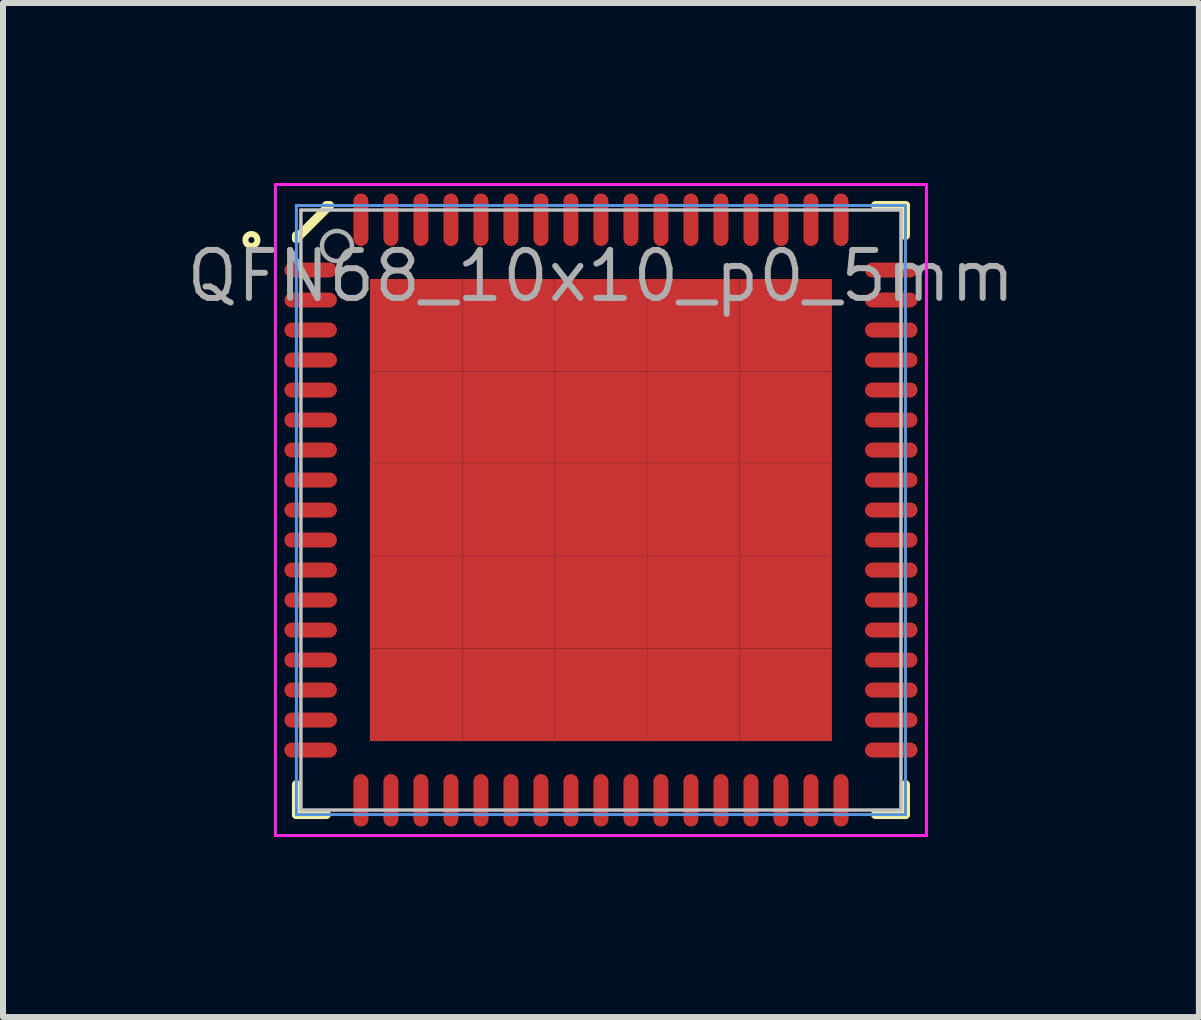
<source format=kicad_pcb>
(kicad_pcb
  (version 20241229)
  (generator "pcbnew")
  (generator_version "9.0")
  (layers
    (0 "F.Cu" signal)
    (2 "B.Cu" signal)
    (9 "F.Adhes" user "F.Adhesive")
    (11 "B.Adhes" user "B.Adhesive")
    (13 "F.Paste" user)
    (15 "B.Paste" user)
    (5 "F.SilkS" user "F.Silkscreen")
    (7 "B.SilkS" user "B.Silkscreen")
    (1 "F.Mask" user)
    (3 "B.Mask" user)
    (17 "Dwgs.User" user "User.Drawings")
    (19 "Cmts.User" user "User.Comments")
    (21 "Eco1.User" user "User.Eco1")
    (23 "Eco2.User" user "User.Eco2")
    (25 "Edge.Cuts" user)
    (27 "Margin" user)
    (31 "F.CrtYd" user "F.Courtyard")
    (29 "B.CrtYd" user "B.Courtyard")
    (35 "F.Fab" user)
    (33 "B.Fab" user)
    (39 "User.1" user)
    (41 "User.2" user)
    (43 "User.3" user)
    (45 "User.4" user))
  (footprint "QFN68_10x10_p0_5mm"
    (layer "F.Cu")
    (at 6.965 5.45)
    (property "Reference" "QFN68_10x10_p0_5mm" (at 0 -3.9 0) (layer "F.Fab") (effects (font (size 0.8 0.8) (thickness 0.1))))
    (attr through_hole)
    (fp_line (start -5.075 -4.525) (end -5.075 -4.575) (stroke (width 0.15) (type solid)) (layer "F.SilkS"))
    (fp_line (start -5.075 -4.525) (end -4.525 -5.075) (stroke (width 0.15) (type solid)) (layer "F.SilkS"))
    (fp_line (start -5.075 5.075) (end -5.075 4.575) (stroke (width 0.15) (type solid)) (layer "F.SilkS"))
    (fp_line (start -5.075 5.075) (end -4.575 5.075) (stroke (width 0.15) (type solid)) (layer "F.SilkS"))
    (fp_line (start -4.575 -5.075) (end -4.525 -5.075) (stroke (width 0.15) (type solid)) (layer "F.SilkS"))
    (fp_line (start 5.075 -5.075) (end 4.575 -5.075) (stroke (width 0.15) (type solid)) (layer "F.SilkS"))
    (fp_line (start 5.075 -5.075) (end 5.075 -4.575) (stroke (width 0.15) (type solid)) (layer "F.SilkS"))
    (fp_line (start 5.075 5.075) (end 4.575 5.075) (stroke (width 0.15) (type solid)) (layer "F.SilkS"))
    (fp_line (start 5.075 5.075) (end 5.075 4.575) (stroke (width 0.15) (type solid)) (layer "F.SilkS"))
    (fp_circle (center -5.825 -4.5) (end -5.754 -4.429) (stroke (width 0.1) (type solid)) (fill no) (layer "F.SilkS"))
    (fp_line (start -5 -5) (end -5 5) (stroke (width 0.05) (type solid)) (layer "Dwgs.User"))
    (fp_line (start -5 -5) (end 5 -5) (stroke (width 0.05) (type solid)) (layer "Dwgs.User"))
    (fp_line (start -5 5) (end 5 5) (stroke (width 0.05) (type solid)) (layer "Dwgs.User"))
    (fp_line (start 5 -5) (end 5 5) (stroke (width 0.05) (type solid)) (layer "Dwgs.User"))
    (fp_line (start -5.075 -5.075) (end -5.075 5.075) (stroke (width 0.05) (type solid)) (layer "Cmts.User"))
    (fp_line (start -5.075 -5.075) (end 5.075 -5.075) (stroke (width 0.05) (type solid)) (layer "Cmts.User"))
    (fp_line (start -5.075 5.075) (end 5.075 5.075) (stroke (width 0.05) (type solid)) (layer "Cmts.User"))
    (fp_line (start 5.075 -5.075) (end 5.075 5.075) (stroke (width 0.05) (type solid)) (layer "Cmts.User"))
    (fp_line (start -4.925 -4.925) (end -4.925 4.925) (stroke (width 0.05) (type solid)) (layer "Eco1.User"))
    (fp_line (start -4.925 -4.925) (end 4.925 -4.925) (stroke (width 0.05) (type solid)) (layer "Eco1.User"))
    (fp_line (start -4.925 4.925) (end 4.925 4.925) (stroke (width 0.05) (type solid)) (layer "Eco1.User"))
    (fp_line (start 4.925 -4.925) (end 4.925 4.925) (stroke (width 0.05) (type solid)) (layer "Eco1.User"))
    (fp_line (start -5.425 -5.425) (end -5.425 5.425) (stroke (width 0.05) (type solid)) (layer "F.CrtYd"))
    (fp_line (start -5.425 -5.425) (end 5.425 -5.425) (stroke (width 0.05) (type solid)) (layer "F.CrtYd"))
    (fp_line (start -5.425 5.425) (end 5.425 5.425) (stroke (width 0.05) (type solid)) (layer "F.CrtYd"))
    (fp_line (start 5.425 -5.425) (end 5.425 5.425) (stroke (width 0.05) (type solid)) (layer "F.CrtYd"))
    (fp_line (start -5 -5) (end -5 5) (stroke (width 0.05) (type solid)) (layer "F.Fab"))
    (fp_line (start -5 -5) (end 5 -5) (stroke (width 0.05) (type solid)) (layer "F.Fab"))
    (fp_line (start -5 5) (end 5 5) (stroke (width 0.05) (type solid)) (layer "F.Fab"))
    (fp_line (start 5 -5) (end 5 5) (stroke (width 0.05) (type solid)) (layer "F.Fab"))
    (fp_circle (center -4.4 -4.4) (end -4.223 -4.223) (stroke (width 0.075) (type solid)) (fill no) (layer "F.Fab"))
    (pad "1" smd oval (at -4.838 -4 180) (size 0.875 0.25) (layers "F.Cu" "F.Mask" "F.Paste"))
    (pad "2" smd oval (at -4.838 -3.5 180) (size 0.875 0.25) (layers "F.Cu" "F.Mask" "F.Paste"))
    (pad "3" smd oval (at -4.838 -3 180) (size 0.875 0.25) (layers "F.Cu" "F.Mask" "F.Paste"))
    (pad "4" smd oval (at -4.838 -2.5 180) (size 0.875 0.25) (layers "F.Cu" "F.Mask" "F.Paste"))
    (pad "5" smd oval (at -4.838 -2 180) (size 0.875 0.25) (layers "F.Cu" "F.Mask" "F.Paste"))
    (pad "6" smd oval (at -4.838 -1.5 180) (size 0.875 0.25) (layers "F.Cu" "F.Mask" "F.Paste"))
    (pad "7" smd oval (at -4.838 -1 180) (size 0.875 0.25) (layers "F.Cu" "F.Mask" "F.Paste"))
    (pad "8" smd oval (at -4.838 -0.5 180) (size 0.875 0.25) (layers "F.Cu" "F.Mask" "F.Paste"))
    (pad "9" smd oval (at -4.838 0 180) (size 0.875 0.25) (layers "F.Cu" "F.Mask" "F.Paste"))
    (pad "10" smd oval (at -4.838 0.5 180) (size 0.875 0.25) (layers "F.Cu" "F.Mask" "F.Paste"))
    (pad "11" smd oval (at -4.838 1 180) (size 0.875 0.25) (layers "F.Cu" "F.Mask" "F.Paste"))
    (pad "12" smd oval (at -4.838 1.5 180) (size 0.875 0.25) (layers "F.Cu" "F.Mask" "F.Paste"))
    (pad "13" smd oval (at -4.838 2 180) (size 0.875 0.25) (layers "F.Cu" "F.Mask" "F.Paste"))
    (pad "14" smd oval (at -4.838 2.5 180) (size 0.875 0.25) (layers "F.Cu" "F.Mask" "F.Paste"))
    (pad "15" smd oval (at -4.838 3 180) (size 0.875 0.25) (layers "F.Cu" "F.Mask" "F.Paste"))
    (pad "16" smd oval (at -4.838 3.5 180) (size 0.875 0.25) (layers "F.Cu" "F.Mask" "F.Paste"))
    (pad "17" smd oval (at -4.838 4 180) (size 0.875 0.25) (layers "F.Cu" "F.Mask" "F.Paste"))
    (pad "18" smd oval (at -4 4.838 270) (size 0.875 0.25) (layers "F.Cu" "F.Mask" "F.Paste"))
    (pad "19" smd oval (at -3.5 4.838 270) (size 0.875 0.25) (layers "F.Cu" "F.Mask" "F.Paste"))
    (pad "20" smd oval (at -3 4.838 270) (size 0.875 0.25) (layers "F.Cu" "F.Mask" "F.Paste"))
    (pad "21" smd oval (at -2.5 4.838 270) (size 0.875 0.25) (layers "F.Cu" "F.Mask" "F.Paste"))
    (pad "22" smd oval (at -2 4.838 270) (size 0.875 0.25) (layers "F.Cu" "F.Mask" "F.Paste"))
    (pad "23" smd oval (at -1.5 4.838 270) (size 0.875 0.25) (layers "F.Cu" "F.Mask" "F.Paste"))
    (pad "24" smd oval (at -1 4.838 270) (size 0.875 0.25) (layers "F.Cu" "F.Mask" "F.Paste"))
    (pad "25" smd oval (at -0.5 4.838 270) (size 0.875 0.25) (layers "F.Cu" "F.Mask" "F.Paste"))
    (pad "26" smd oval (at 0 4.838 270) (size 0.875 0.25) (layers "F.Cu" "F.Mask" "F.Paste"))
    (pad "27" smd oval (at 0.5 4.838 270) (size 0.875 0.25) (layers "F.Cu" "F.Mask" "F.Paste"))
    (pad "28" smd oval (at 1 4.838 270) (size 0.875 0.25) (layers "F.Cu" "F.Mask" "F.Paste"))
    (pad "29" smd oval (at 1.5 4.838 270) (size 0.875 0.25) (layers "F.Cu" "F.Mask" "F.Paste"))
    (pad "30" smd oval (at 2 4.838 270) (size 0.875 0.25) (layers "F.Cu" "F.Mask" "F.Paste"))
    (pad "31" smd oval (at 2.5 4.838 270) (size 0.875 0.25) (layers "F.Cu" "F.Mask" "F.Paste"))
    (pad "32" smd oval (at 3 4.838 270) (size 0.875 0.25) (layers "F.Cu" "F.Mask" "F.Paste"))
    (pad "33" smd oval (at 3.5 4.838 270) (size 0.875 0.25) (layers "F.Cu" "F.Mask" "F.Paste"))
    (pad "34" smd oval (at 4 4.838 270) (size 0.875 0.25) (layers "F.Cu" "F.Mask" "F.Paste"))
    (pad "35" smd oval (at 4.838 4) (size 0.875 0.25) (layers "F.Cu" "F.Mask" "F.Paste"))
    (pad "36" smd oval (at 4.838 3.5) (size 0.875 0.25) (layers "F.Cu" "F.Mask" "F.Paste"))
    (pad "37" smd oval (at 4.838 3) (size 0.875 0.25) (layers "F.Cu" "F.Mask" "F.Paste"))
    (pad "38" smd oval (at 4.838 2.5) (size 0.875 0.25) (layers "F.Cu" "F.Mask" "F.Paste"))
    (pad "39" smd oval (at 4.838 2) (size 0.875 0.25) (layers "F.Cu" "F.Mask" "F.Paste"))
    (pad "40" smd oval (at 4.838 1.5) (size 0.875 0.25) (layers "F.Cu" "F.Mask" "F.Paste"))
    (pad "41" smd oval (at 4.838 1) (size 0.875 0.25) (layers "F.Cu" "F.Mask" "F.Paste"))
    (pad "42" smd oval (at 4.838 0.5) (size 0.875 0.25) (layers "F.Cu" "F.Mask" "F.Paste"))
    (pad "43" smd oval (at 4.838 0) (size 0.875 0.25) (layers "F.Cu" "F.Mask" "F.Paste"))
    (pad "44" smd oval (at 4.838 -0.5) (size 0.875 0.25) (layers "F.Cu" "F.Mask" "F.Paste"))
    (pad "45" smd oval (at 4.838 -1) (size 0.875 0.25) (layers "F.Cu" "F.Mask" "F.Paste"))
    (pad "46" smd oval (at 4.838 -1.5) (size 0.875 0.25) (layers "F.Cu" "F.Mask" "F.Paste"))
    (pad "47" smd oval (at 4.838 -2) (size 0.875 0.25) (layers "F.Cu" "F.Mask" "F.Paste"))
    (pad "48" smd oval (at 4.838 -2.5) (size 0.875 0.25) (layers "F.Cu" "F.Mask" "F.Paste"))
    (pad "49" smd oval (at 4.838 -3) (size 0.875 0.25) (layers "F.Cu" "F.Mask" "F.Paste"))
    (pad "50" smd oval (at 4.838 -3.5) (size 0.875 0.25) (layers "F.Cu" "F.Mask" "F.Paste"))
    (pad "51" smd oval (at 4.838 -4) (size 0.875 0.25) (layers "F.Cu" "F.Mask" "F.Paste"))
    (pad "52" smd oval (at 4 -4.838 90) (size 0.875 0.25) (layers "F.Cu" "F.Mask" "F.Paste"))
    (pad "53" smd oval (at 3.5 -4.838 90) (size 0.875 0.25) (layers "F.Cu" "F.Mask" "F.Paste"))
    (pad "54" smd oval (at 3 -4.838 90) (size 0.875 0.25) (layers "F.Cu" "F.Mask" "F.Paste"))
    (pad "55" smd oval (at 2.5 -4.838 90) (size 0.875 0.25) (layers "F.Cu" "F.Mask" "F.Paste"))
    (pad "56" smd oval (at 2 -4.838 90) (size 0.875 0.25) (layers "F.Cu" "F.Mask" "F.Paste"))
    (pad "57" smd oval (at 1.5 -4.838 90) (size 0.875 0.25) (layers "F.Cu" "F.Mask" "F.Paste"))
    (pad "58" smd oval (at 1 -4.838 90) (size 0.875 0.25) (layers "F.Cu" "F.Mask" "F.Paste"))
    (pad "59" smd oval (at 0.5 -4.838 90) (size 0.875 0.25) (layers "F.Cu" "F.Mask" "F.Paste"))
    (pad "60" smd oval (at 0 -4.838 90) (size 0.875 0.25) (layers "F.Cu" "F.Mask" "F.Paste"))
    (pad "61" smd oval (at -0.5 -4.838 90) (size 0.875 0.25) (layers "F.Cu" "F.Mask" "F.Paste"))
    (pad "62" smd oval (at -1 -4.838 90) (size 0.875 0.25) (layers "F.Cu" "F.Mask" "F.Paste"))
    (pad "63" smd oval (at -1.5 -4.838 90) (size 0.875 0.25) (layers "F.Cu" "F.Mask" "F.Paste"))
    (pad "64" smd oval (at -2 -4.838 90) (size 0.875 0.25) (layers "F.Cu" "F.Mask" "F.Paste"))
    (pad "65" smd oval (at -2.5 -4.838 90) (size 0.875 0.25) (layers "F.Cu" "F.Mask" "F.Paste"))
    (pad "66" smd oval (at -3 -4.838 90) (size 0.875 0.25) (layers "F.Cu" "F.Mask" "F.Paste"))
    (pad "67" smd oval (at -3.5 -4.838 90) (size 0.875 0.25) (layers "F.Cu" "F.Mask" "F.Paste"))
    (pad "68" smd oval (at -4 -4.838 90) (size 0.875 0.25) (layers "F.Cu" "F.Mask" "F.Paste"))
    (pad "69" smd rect (at -3.08 -3.08) (size 1.54 1.54) (layers "F.Cu" "F.Mask" "F.Paste"))
    (pad "69" smd rect (at -3.08 -1.54) (size 1.54 1.54) (layers "F.Cu" "F.Mask" "F.Paste"))
    (pad "69" smd rect (at -3.08 0) (size 1.54 1.54) (layers "F.Cu" "F.Mask" "F.Paste"))
    (pad "69" smd rect (at -3.08 1.54) (size 1.54 1.54) (layers "F.Cu" "F.Mask" "F.Paste"))
    (pad "69" smd rect (at -3.08 3.08) (size 1.54 1.54) (layers "F.Cu" "F.Mask" "F.Paste"))
    (pad "69" smd rect (at -1.54 -3.08) (size 1.54 1.54) (layers "F.Cu" "F.Mask" "F.Paste"))
    (pad "69" smd rect (at -1.54 -1.54) (size 1.54 1.54) (layers "F.Cu" "F.Mask" "F.Paste"))
    (pad "69" smd rect (at -1.54 0) (size 1.54 1.54) (layers "F.Cu" "F.Mask" "F.Paste"))
    (pad "69" smd rect (at -1.54 1.54) (size 1.54 1.54) (layers "F.Cu" "F.Mask" "F.Paste"))
    (pad "69" smd rect (at -1.54 3.08) (size 1.54 1.54) (layers "F.Cu" "F.Mask" "F.Paste"))
    (pad "69" smd rect (at 0 -3.08) (size 1.54 1.54) (layers "F.Cu" "F.Mask" "F.Paste"))
    (pad "69" smd rect (at 0 -1.54) (size 1.54 1.54) (layers "F.Cu" "F.Mask" "F.Paste"))
    (pad "69" smd rect (at 0 0) (size 1.54 1.54) (layers "F.Cu" "F.Mask" "F.Paste"))
    (pad "69" smd rect (at 0 1.54) (size 1.54 1.54) (layers "F.Cu" "F.Mask" "F.Paste"))
    (pad "69" smd rect (at 0 3.08) (size 1.54 1.54) (layers "F.Cu" "F.Mask" "F.Paste"))
    (pad "69" smd rect (at 1.54 -3.08) (size 1.54 1.54) (layers "F.Cu" "F.Mask" "F.Paste"))
    (pad "69" smd rect (at 1.54 -1.54) (size 1.54 1.54) (layers "F.Cu" "F.Mask" "F.Paste"))
    (pad "69" smd rect (at 1.54 0) (size 1.54 1.54) (layers "F.Cu" "F.Mask" "F.Paste"))
    (pad "69" smd rect (at 1.54 1.54) (size 1.54 1.54) (layers "F.Cu" "F.Mask" "F.Paste"))
    (pad "69" smd rect (at 1.54 3.08) (size 1.54 1.54) (layers "F.Cu" "F.Mask" "F.Paste"))
    (pad "69" smd rect (at 3.08 -3.08) (size 1.54 1.54) (layers "F.Cu" "F.Mask" "F.Paste"))
    (pad "69" smd rect (at 3.08 -1.54) (size 1.54 1.54) (layers "F.Cu" "F.Mask" "F.Paste"))
    (pad "69" smd rect (at 3.08 0) (size 1.54 1.54) (layers "F.Cu" "F.Mask" "F.Paste"))
    (pad "69" smd rect (at 3.08 1.54) (size 1.54 1.54) (layers "F.Cu" "F.Mask" "F.Paste"))
    (pad "69" smd rect (at 3.08 3.08) (size 1.54 1.54) (layers "F.Cu" "F.Mask" "F.Paste")))
  (gr_rect
    (start -3 -3)
    (end 16.93 13.9)
    (stroke (width 0.1) (type default))
    (fill no)
    (layer "Edge.Cuts")))
</source>
